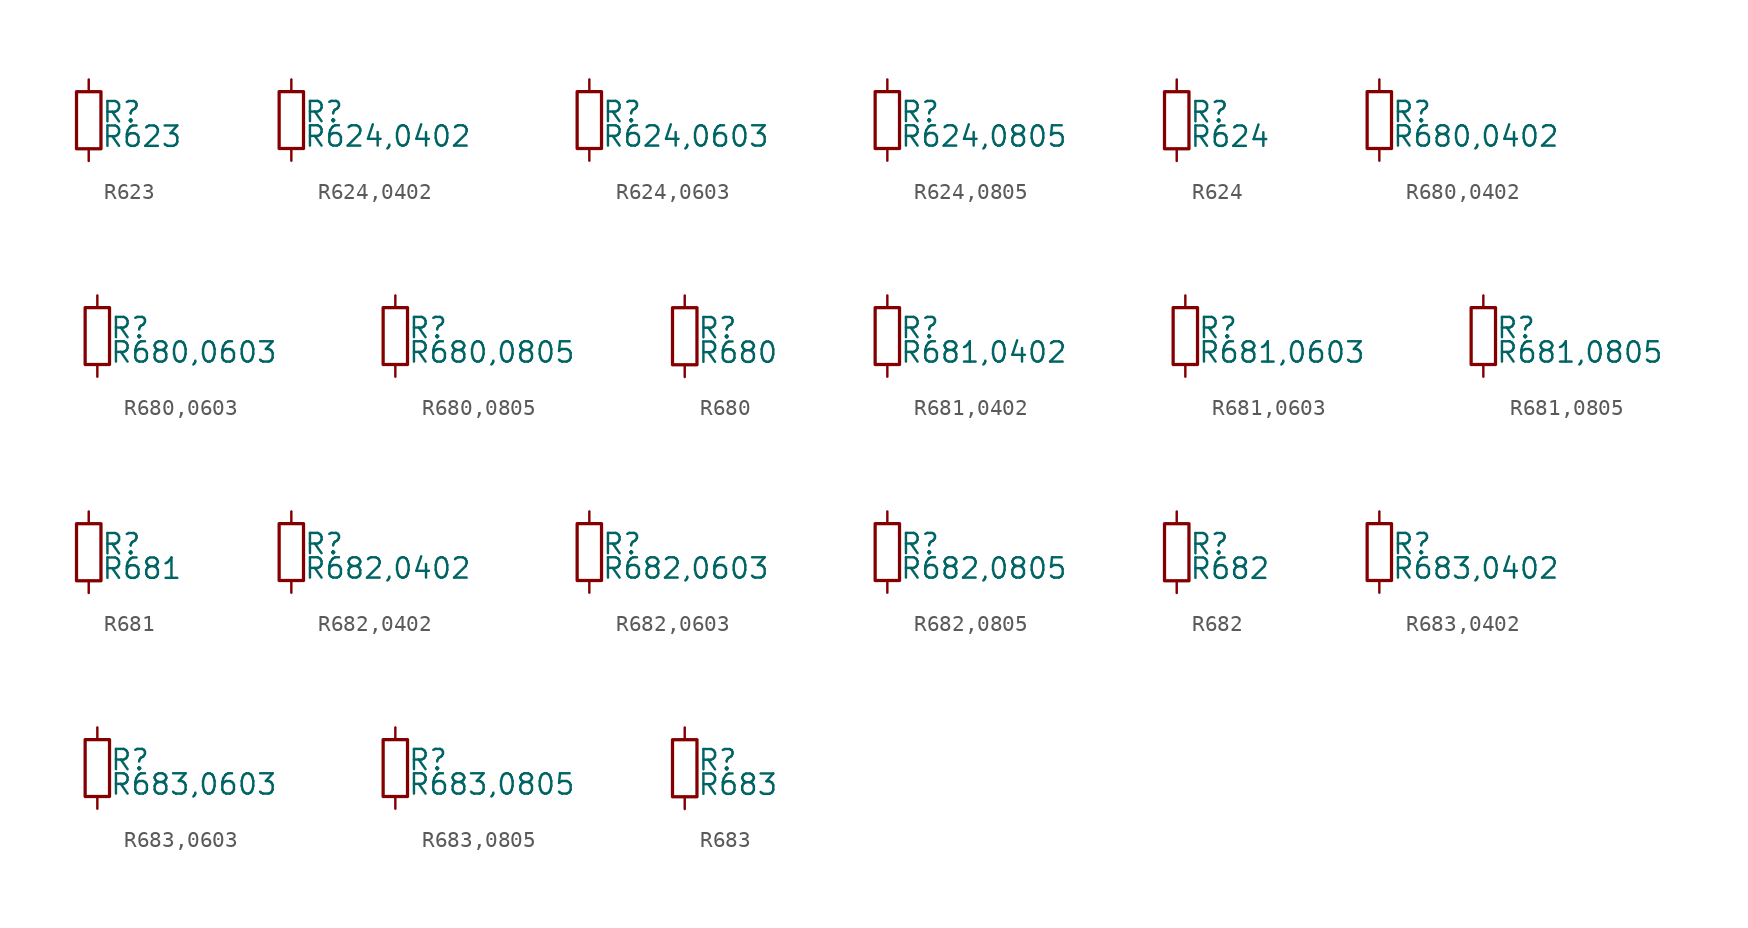
<source format=kicad_sym>
(kicad_symbol_lib
  (version 20211014)
  (generator kicad_symbol_editor)
  (symbol "R623"
    (pin_numbers hide)
    (pin_names
      (offset 0.254) hide)
    (property "Reference" "R"
      (at 0.762 0.508 0)
      (effects (font (size 1.27 1.27)) (justify left)))
    (property "Value" "R623"
      (at 0.762 -1.016 0)
      (effects (font (size 1.27 1.27)) (justify left)))
    (symbol "R623_0_1"
      (rectangle (start -0.762 1.778) (end 0.762 -1.778) (stroke (width 0.203) (type default) (color 0 0 0 0)) (fill (type none))))
    (symbol "R623_1_1"
      (pin passive line (at 0 2.54 270) (length 0.762) (name "~" (effects (font (size 1.27 1.27)))) (number "1" (effects (font (size 1.27 1.27)))))
      (pin passive line (at 0 -2.54 90) (length 0.762) (name "~" (effects (font (size 1.27 1.27)))) (number "2" (effects (font (size 1.27 1.27)))))))
  (symbol "R624,0402"
    (pin_numbers hide)
    (pin_names
      (offset 0.254) hide)
    (property "Reference" "R"
      (at 0.762 0.508 0)
      (effects (font (size 1.27 1.27)) (justify left)))
    (property "Value" "R624,0402"
      (at 0.762 -1.016 0)
      (effects (font (size 1.27 1.27)) (justify left)))
    (symbol "R624,0402_0_1"
      (rectangle (start -0.762 1.778) (end 0.762 -1.778) (stroke (width 0.203) (type default) (color 0 0 0 0)) (fill (type none))))
    (symbol "R624,0402_1_1"
      (pin passive line (at 0 2.54 270) (length 0.762) (name "~" (effects (font (size 1.27 1.27)))) (number "1" (effects (font (size 1.27 1.27)))))
      (pin passive line (at 0 -2.54 90) (length 0.762) (name "~" (effects (font (size 1.27 1.27)))) (number "2" (effects (font (size 1.27 1.27)))))))
  (symbol "R624,0603"
    (pin_numbers hide)
    (pin_names
      (offset 0.254) hide)
    (property "Reference" "R"
      (at 0.762 0.508 0)
      (effects (font (size 1.27 1.27)) (justify left)))
    (property "Value" "R624,0603"
      (at 0.762 -1.016 0)
      (effects (font (size 1.27 1.27)) (justify left)))
    (symbol "R624,0603_0_1"
      (rectangle (start -0.762 1.778) (end 0.762 -1.778) (stroke (width 0.203) (type default) (color 0 0 0 0)) (fill (type none))))
    (symbol "R624,0603_1_1"
      (pin passive line (at 0 2.54 270) (length 0.762) (name "~" (effects (font (size 1.27 1.27)))) (number "1" (effects (font (size 1.27 1.27)))))
      (pin passive line (at 0 -2.54 90) (length 0.762) (name "~" (effects (font (size 1.27 1.27)))) (number "2" (effects (font (size 1.27 1.27)))))))
  (symbol "R624,0805"
    (pin_numbers hide)
    (pin_names
      (offset 0.254) hide)
    (property "Reference" "R"
      (at 0.762 0.508 0)
      (effects (font (size 1.27 1.27)) (justify left)))
    (property "Value" "R624,0805"
      (at 0.762 -1.016 0)
      (effects (font (size 1.27 1.27)) (justify left)))
    (symbol "R624,0805_0_1"
      (rectangle (start -0.762 1.778) (end 0.762 -1.778) (stroke (width 0.203) (type default) (color 0 0 0 0)) (fill (type none))))
    (symbol "R624,0805_1_1"
      (pin passive line (at 0 2.54 270) (length 0.762) (name "~" (effects (font (size 1.27 1.27)))) (number "1" (effects (font (size 1.27 1.27)))))
      (pin passive line (at 0 -2.54 90) (length 0.762) (name "~" (effects (font (size 1.27 1.27)))) (number "2" (effects (font (size 1.27 1.27)))))))
  (symbol "R624"
    (pin_numbers hide)
    (pin_names
      (offset 0.254) hide)
    (property "Reference" "R"
      (at 0.762 0.508 0)
      (effects (font (size 1.27 1.27)) (justify left)))
    (property "Value" "R624"
      (at 0.762 -1.016 0)
      (effects (font (size 1.27 1.27)) (justify left)))
    (symbol "R624_0_1"
      (rectangle (start -0.762 1.778) (end 0.762 -1.778) (stroke (width 0.203) (type default) (color 0 0 0 0)) (fill (type none))))
    (symbol "R624_1_1"
      (pin passive line (at 0 2.54 270) (length 0.762) (name "~" (effects (font (size 1.27 1.27)))) (number "1" (effects (font (size 1.27 1.27)))))
      (pin passive line (at 0 -2.54 90) (length 0.762) (name "~" (effects (font (size 1.27 1.27)))) (number "2" (effects (font (size 1.27 1.27)))))))
  (symbol "R680,0402"
    (pin_numbers hide)
    (pin_names
      (offset 0.254) hide)
    (property "Reference" "R"
      (at 0.762 0.508 0)
      (effects (font (size 1.27 1.27)) (justify left)))
    (property "Value" "R680,0402"
      (at 0.762 -1.016 0)
      (effects (font (size 1.27 1.27)) (justify left)))
    (symbol "R680,0402_0_1"
      (rectangle (start -0.762 1.778) (end 0.762 -1.778) (stroke (width 0.203) (type default) (color 0 0 0 0)) (fill (type none))))
    (symbol "R680,0402_1_1"
      (pin passive line (at 0 2.54 270) (length 0.762) (name "~" (effects (font (size 1.27 1.27)))) (number "1" (effects (font (size 1.27 1.27)))))
      (pin passive line (at 0 -2.54 90) (length 0.762) (name "~" (effects (font (size 1.27 1.27)))) (number "2" (effects (font (size 1.27 1.27)))))))
  (symbol "R680,0603"
    (pin_numbers hide)
    (pin_names
      (offset 0.254) hide)
    (property "Reference" "R"
      (at 0.762 0.508 0)
      (effects (font (size 1.27 1.27)) (justify left)))
    (property "Value" "R680,0603"
      (at 0.762 -1.016 0)
      (effects (font (size 1.27 1.27)) (justify left)))
    (symbol "R680,0603_0_1"
      (rectangle (start -0.762 1.778) (end 0.762 -1.778) (stroke (width 0.203) (type default) (color 0 0 0 0)) (fill (type none))))
    (symbol "R680,0603_1_1"
      (pin passive line (at 0 2.54 270) (length 0.762) (name "~" (effects (font (size 1.27 1.27)))) (number "1" (effects (font (size 1.27 1.27)))))
      (pin passive line (at 0 -2.54 90) (length 0.762) (name "~" (effects (font (size 1.27 1.27)))) (number "2" (effects (font (size 1.27 1.27)))))))
  (symbol "R680,0805"
    (pin_numbers hide)
    (pin_names
      (offset 0.254) hide)
    (property "Reference" "R"
      (at 0.762 0.508 0)
      (effects (font (size 1.27 1.27)) (justify left)))
    (property "Value" "R680,0805"
      (at 0.762 -1.016 0)
      (effects (font (size 1.27 1.27)) (justify left)))
    (symbol "R680,0805_0_1"
      (rectangle (start -0.762 1.778) (end 0.762 -1.778) (stroke (width 0.203) (type default) (color 0 0 0 0)) (fill (type none))))
    (symbol "R680,0805_1_1"
      (pin passive line (at 0 2.54 270) (length 0.762) (name "~" (effects (font (size 1.27 1.27)))) (number "1" (effects (font (size 1.27 1.27)))))
      (pin passive line (at 0 -2.54 90) (length 0.762) (name "~" (effects (font (size 1.27 1.27)))) (number "2" (effects (font (size 1.27 1.27)))))))
  (symbol "R680"
    (pin_numbers hide)
    (pin_names
      (offset 0.254) hide)
    (property "Reference" "R"
      (at 0.762 0.508 0)
      (effects (font (size 1.27 1.27)) (justify left)))
    (property "Value" "R680"
      (at 0.762 -1.016 0)
      (effects (font (size 1.27 1.27)) (justify left)))
    (symbol "R680_0_1"
      (rectangle (start -0.762 1.778) (end 0.762 -1.778) (stroke (width 0.203) (type default) (color 0 0 0 0)) (fill (type none))))
    (symbol "R680_1_1"
      (pin passive line (at 0 2.54 270) (length 0.762) (name "~" (effects (font (size 1.27 1.27)))) (number "1" (effects (font (size 1.27 1.27)))))
      (pin passive line (at 0 -2.54 90) (length 0.762) (name "~" (effects (font (size 1.27 1.27)))) (number "2" (effects (font (size 1.27 1.27)))))))
  (symbol "R681,0402"
    (pin_numbers hide)
    (pin_names
      (offset 0.254) hide)
    (property "Reference" "R"
      (at 0.762 0.508 0)
      (effects (font (size 1.27 1.27)) (justify left)))
    (property "Value" "R681,0402"
      (at 0.762 -1.016 0)
      (effects (font (size 1.27 1.27)) (justify left)))
    (symbol "R681,0402_0_1"
      (rectangle (start -0.762 1.778) (end 0.762 -1.778) (stroke (width 0.203) (type default) (color 0 0 0 0)) (fill (type none))))
    (symbol "R681,0402_1_1"
      (pin passive line (at 0 2.54 270) (length 0.762) (name "~" (effects (font (size 1.27 1.27)))) (number "1" (effects (font (size 1.27 1.27)))))
      (pin passive line (at 0 -2.54 90) (length 0.762) (name "~" (effects (font (size 1.27 1.27)))) (number "2" (effects (font (size 1.27 1.27)))))))
  (symbol "R681,0603"
    (pin_numbers hide)
    (pin_names
      (offset 0.254) hide)
    (property "Reference" "R"
      (at 0.762 0.508 0)
      (effects (font (size 1.27 1.27)) (justify left)))
    (property "Value" "R681,0603"
      (at 0.762 -1.016 0)
      (effects (font (size 1.27 1.27)) (justify left)))
    (symbol "R681,0603_0_1"
      (rectangle (start -0.762 1.778) (end 0.762 -1.778) (stroke (width 0.203) (type default) (color 0 0 0 0)) (fill (type none))))
    (symbol "R681,0603_1_1"
      (pin passive line (at 0 2.54 270) (length 0.762) (name "~" (effects (font (size 1.27 1.27)))) (number "1" (effects (font (size 1.27 1.27)))))
      (pin passive line (at 0 -2.54 90) (length 0.762) (name "~" (effects (font (size 1.27 1.27)))) (number "2" (effects (font (size 1.27 1.27)))))))
  (symbol "R681,0805"
    (pin_numbers hide)
    (pin_names
      (offset 0.254) hide)
    (property "Reference" "R"
      (at 0.762 0.508 0)
      (effects (font (size 1.27 1.27)) (justify left)))
    (property "Value" "R681,0805"
      (at 0.762 -1.016 0)
      (effects (font (size 1.27 1.27)) (justify left)))
    (symbol "R681,0805_0_1"
      (rectangle (start -0.762 1.778) (end 0.762 -1.778) (stroke (width 0.203) (type default) (color 0 0 0 0)) (fill (type none))))
    (symbol "R681,0805_1_1"
      (pin passive line (at 0 2.54 270) (length 0.762) (name "~" (effects (font (size 1.27 1.27)))) (number "1" (effects (font (size 1.27 1.27)))))
      (pin passive line (at 0 -2.54 90) (length 0.762) (name "~" (effects (font (size 1.27 1.27)))) (number "2" (effects (font (size 1.27 1.27)))))))
  (symbol "R681"
    (pin_numbers hide)
    (pin_names
      (offset 0.254) hide)
    (property "Reference" "R"
      (at 0.762 0.508 0)
      (effects (font (size 1.27 1.27)) (justify left)))
    (property "Value" "R681"
      (at 0.762 -1.016 0)
      (effects (font (size 1.27 1.27)) (justify left)))
    (symbol "R681_0_1"
      (rectangle (start -0.762 1.778) (end 0.762 -1.778) (stroke (width 0.203) (type default) (color 0 0 0 0)) (fill (type none))))
    (symbol "R681_1_1"
      (pin passive line (at 0 2.54 270) (length 0.762) (name "~" (effects (font (size 1.27 1.27)))) (number "1" (effects (font (size 1.27 1.27)))))
      (pin passive line (at 0 -2.54 90) (length 0.762) (name "~" (effects (font (size 1.27 1.27)))) (number "2" (effects (font (size 1.27 1.27)))))))
  (symbol "R682,0402"
    (pin_numbers hide)
    (pin_names
      (offset 0.254) hide)
    (property "Reference" "R"
      (at 0.762 0.508 0)
      (effects (font (size 1.27 1.27)) (justify left)))
    (property "Value" "R682,0402"
      (at 0.762 -1.016 0)
      (effects (font (size 1.27 1.27)) (justify left)))
    (symbol "R682,0402_0_1"
      (rectangle (start -0.762 1.778) (end 0.762 -1.778) (stroke (width 0.203) (type default) (color 0 0 0 0)) (fill (type none))))
    (symbol "R682,0402_1_1"
      (pin passive line (at 0 2.54 270) (length 0.762) (name "~" (effects (font (size 1.27 1.27)))) (number "1" (effects (font (size 1.27 1.27)))))
      (pin passive line (at 0 -2.54 90) (length 0.762) (name "~" (effects (font (size 1.27 1.27)))) (number "2" (effects (font (size 1.27 1.27)))))))
  (symbol "R682,0603"
    (pin_numbers hide)
    (pin_names
      (offset 0.254) hide)
    (property "Reference" "R"
      (at 0.762 0.508 0)
      (effects (font (size 1.27 1.27)) (justify left)))
    (property "Value" "R682,0603"
      (at 0.762 -1.016 0)
      (effects (font (size 1.27 1.27)) (justify left)))
    (symbol "R682,0603_0_1"
      (rectangle (start -0.762 1.778) (end 0.762 -1.778) (stroke (width 0.203) (type default) (color 0 0 0 0)) (fill (type none))))
    (symbol "R682,0603_1_1"
      (pin passive line (at 0 2.54 270) (length 0.762) (name "~" (effects (font (size 1.27 1.27)))) (number "1" (effects (font (size 1.27 1.27)))))
      (pin passive line (at 0 -2.54 90) (length 0.762) (name "~" (effects (font (size 1.27 1.27)))) (number "2" (effects (font (size 1.27 1.27)))))))
  (symbol "R682,0805"
    (pin_numbers hide)
    (pin_names
      (offset 0.254) hide)
    (property "Reference" "R"
      (at 0.762 0.508 0)
      (effects (font (size 1.27 1.27)) (justify left)))
    (property "Value" "R682,0805"
      (at 0.762 -1.016 0)
      (effects (font (size 1.27 1.27)) (justify left)))
    (symbol "R682,0805_0_1"
      (rectangle (start -0.762 1.778) (end 0.762 -1.778) (stroke (width 0.203) (type default) (color 0 0 0 0)) (fill (type none))))
    (symbol "R682,0805_1_1"
      (pin passive line (at 0 2.54 270) (length 0.762) (name "~" (effects (font (size 1.27 1.27)))) (number "1" (effects (font (size 1.27 1.27)))))
      (pin passive line (at 0 -2.54 90) (length 0.762) (name "~" (effects (font (size 1.27 1.27)))) (number "2" (effects (font (size 1.27 1.27)))))))
  (symbol "R682"
    (pin_numbers hide)
    (pin_names
      (offset 0.254) hide)
    (property "Reference" "R"
      (at 0.762 0.508 0)
      (effects (font (size 1.27 1.27)) (justify left)))
    (property "Value" "R682"
      (at 0.762 -1.016 0)
      (effects (font (size 1.27 1.27)) (justify left)))
    (symbol "R682_0_1"
      (rectangle (start -0.762 1.778) (end 0.762 -1.778) (stroke (width 0.203) (type default) (color 0 0 0 0)) (fill (type none))))
    (symbol "R682_1_1"
      (pin passive line (at 0 2.54 270) (length 0.762) (name "~" (effects (font (size 1.27 1.27)))) (number "1" (effects (font (size 1.27 1.27)))))
      (pin passive line (at 0 -2.54 90) (length 0.762) (name "~" (effects (font (size 1.27 1.27)))) (number "2" (effects (font (size 1.27 1.27)))))))
  (symbol "R683,0402"
    (pin_numbers hide)
    (pin_names
      (offset 0.254) hide)
    (property "Reference" "R"
      (at 0.762 0.508 0)
      (effects (font (size 1.27 1.27)) (justify left)))
    (property "Value" "R683,0402"
      (at 0.762 -1.016 0)
      (effects (font (size 1.27 1.27)) (justify left)))
    (symbol "R683,0402_0_1"
      (rectangle (start -0.762 1.778) (end 0.762 -1.778) (stroke (width 0.203) (type default) (color 0 0 0 0)) (fill (type none))))
    (symbol "R683,0402_1_1"
      (pin passive line (at 0 2.54 270) (length 0.762) (name "~" (effects (font (size 1.27 1.27)))) (number "1" (effects (font (size 1.27 1.27)))))
      (pin passive line (at 0 -2.54 90) (length 0.762) (name "~" (effects (font (size 1.27 1.27)))) (number "2" (effects (font (size 1.27 1.27)))))))
  (symbol "R683,0603"
    (pin_numbers hide)
    (pin_names
      (offset 0.254) hide)
    (property "Reference" "R"
      (at 0.762 0.508 0)
      (effects (font (size 1.27 1.27)) (justify left)))
    (property "Value" "R683,0603"
      (at 0.762 -1.016 0)
      (effects (font (size 1.27 1.27)) (justify left)))
    (symbol "R683,0603_0_1"
      (rectangle (start -0.762 1.778) (end 0.762 -1.778) (stroke (width 0.203) (type default) (color 0 0 0 0)) (fill (type none))))
    (symbol "R683,0603_1_1"
      (pin passive line (at 0 2.54 270) (length 0.762) (name "~" (effects (font (size 1.27 1.27)))) (number "1" (effects (font (size 1.27 1.27)))))
      (pin passive line (at 0 -2.54 90) (length 0.762) (name "~" (effects (font (size 1.27 1.27)))) (number "2" (effects (font (size 1.27 1.27)))))))
  (symbol "R683,0805"
    (pin_numbers hide)
    (pin_names
      (offset 0.254) hide)
    (property "Reference" "R"
      (at 0.762 0.508 0)
      (effects (font (size 1.27 1.27)) (justify left)))
    (property "Value" "R683,0805"
      (at 0.762 -1.016 0)
      (effects (font (size 1.27 1.27)) (justify left)))
    (symbol "R683,0805_0_1"
      (rectangle (start -0.762 1.778) (end 0.762 -1.778) (stroke (width 0.203) (type default) (color 0 0 0 0)) (fill (type none))))
    (symbol "R683,0805_1_1"
      (pin passive line (at 0 2.54 270) (length 0.762) (name "~" (effects (font (size 1.27 1.27)))) (number "1" (effects (font (size 1.27 1.27)))))
      (pin passive line (at 0 -2.54 90) (length 0.762) (name "~" (effects (font (size 1.27 1.27)))) (number "2" (effects (font (size 1.27 1.27)))))))
  (symbol "R683"
    (pin_numbers hide)
    (pin_names
      (offset 0.254) hide)
    (property "Reference" "R"
      (at 0.762 0.508 0)
      (effects (font (size 1.27 1.27)) (justify left)))
    (property "Value" "R683"
      (at 0.762 -1.016 0)
      (effects (font (size 1.27 1.27)) (justify left)))
    (symbol "R683_0_1"
      (rectangle (start -0.762 1.778) (end 0.762 -1.778) (stroke (width 0.203) (type default) (color 0 0 0 0)) (fill (type none))))
    (symbol "R683_1_1"
      (pin passive line (at 0 2.54 270) (length 0.762) (name "~" (effects (font (size 1.27 1.27)))) (number "1" (effects (font (size 1.27 1.27)))))
      (pin passive line (at 0 -2.54 90) (length 0.762) (name "~" (effects (font (size 1.27 1.27)))) (number "2" (effects (font (size 1.27 1.27))))))))
</source>
